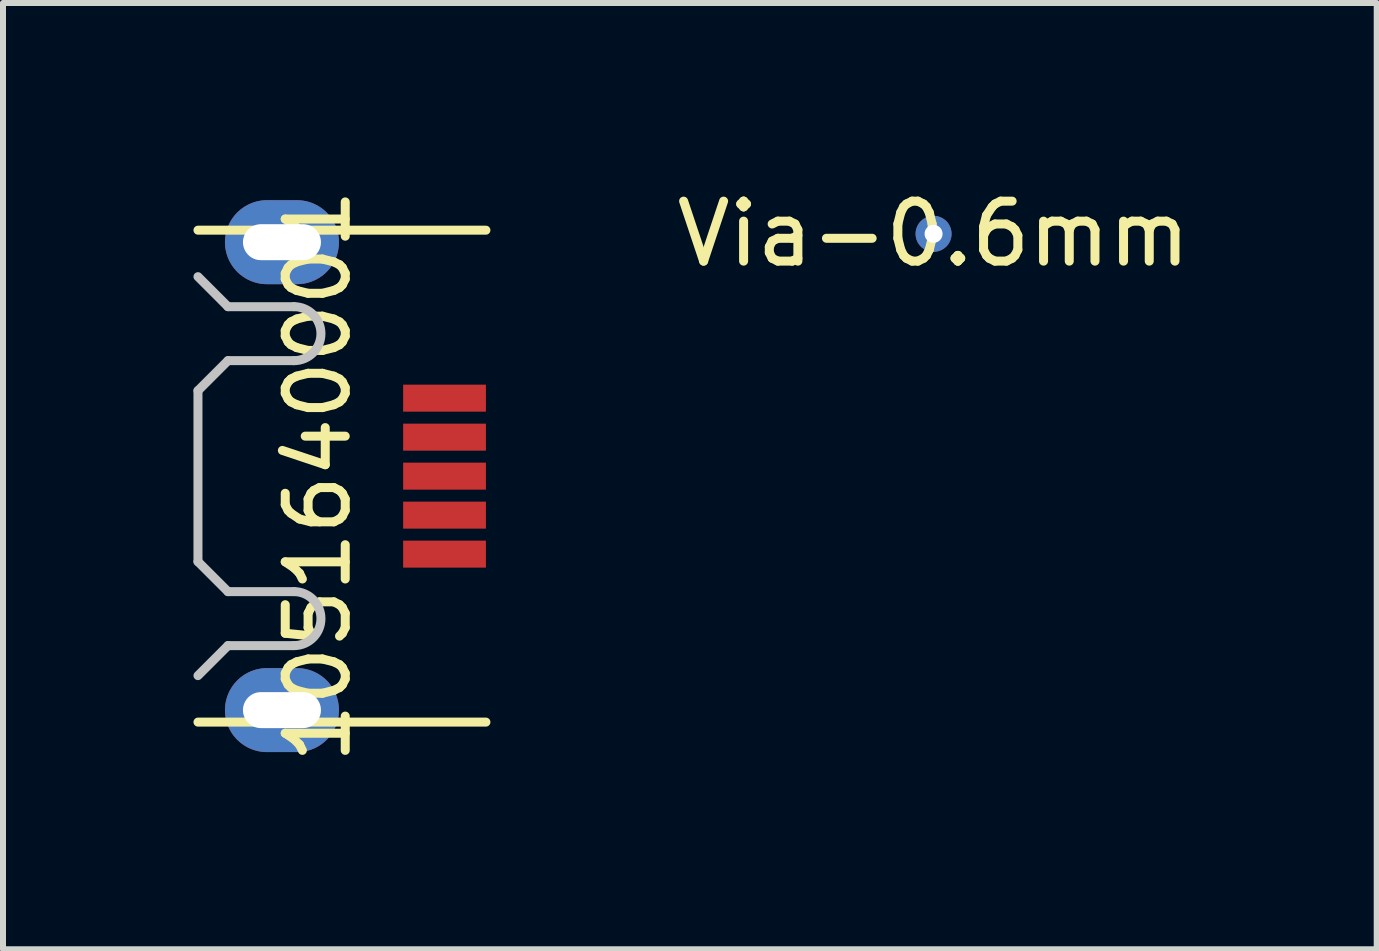
<source format=kicad_pcb>
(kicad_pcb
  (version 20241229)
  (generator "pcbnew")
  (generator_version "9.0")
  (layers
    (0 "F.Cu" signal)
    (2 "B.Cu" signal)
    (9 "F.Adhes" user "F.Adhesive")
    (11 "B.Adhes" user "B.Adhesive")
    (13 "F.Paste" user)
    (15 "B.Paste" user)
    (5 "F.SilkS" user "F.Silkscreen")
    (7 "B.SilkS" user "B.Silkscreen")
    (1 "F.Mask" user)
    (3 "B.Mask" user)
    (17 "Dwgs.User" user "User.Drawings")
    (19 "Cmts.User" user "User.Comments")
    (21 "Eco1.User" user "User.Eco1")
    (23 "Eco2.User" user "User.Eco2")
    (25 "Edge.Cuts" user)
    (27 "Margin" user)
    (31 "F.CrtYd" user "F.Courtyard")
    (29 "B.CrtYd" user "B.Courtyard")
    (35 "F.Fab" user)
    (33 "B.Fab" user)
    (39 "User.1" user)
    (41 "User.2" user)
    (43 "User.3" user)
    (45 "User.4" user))
  (footprint "Via-0.6mm"
    (layer "F.Cu")
    (at 12.512 0.848)
    (property "Reference" "Via-0.6mm" (at 0 0 0) (layer "F.SilkS") (effects (font (size 1 1) (thickness 0.15))))
    (attr through_hole)
    (pad "1" thru_hole circle (at 0 0) (size 0.6 0.6) (drill 0.3) (layers "*.Cu")))
  (footprint "1051640001"
    (layer "F.Cu")
    (at 0.25 4.887)
    (property "Reference" "1051640001" (at 2 0 90) (layer "F.SilkS") (effects (font (size 1 1) (thickness 0.15))))
    (attr through_hole)
    (fp_line (start 0 -4.1) (end 4.8 -4.1) (stroke (width 0.15) (type solid)) (layer "F.SilkS"))
    (fp_line (start 0 4.1) (end 4.8 4.1) (stroke (width 0.15) (type solid)) (layer "F.SilkS"))
    (fp_line (start 0 -3.325) (end 0.5 -2.825) (stroke (width 0.15) (type solid)) (layer "Dwgs.User"))
    (fp_line (start 0 -1.425) (end 0 1.425) (stroke (width 0.15) (type solid)) (layer "Dwgs.User"))
    (fp_line (start 0 1.425) (end 0.5 1.925) (stroke (width 0.15) (type solid)) (layer "Dwgs.User"))
    (fp_line (start 0.5 -2.825) (end 1.6 -2.825) (stroke (width 0.15) (type solid)) (layer "Dwgs.User"))
    (fp_line (start 0.5 -1.925) (end 0 -1.425) (stroke (width 0.15) (type solid)) (layer "Dwgs.User"))
    (fp_line (start 0.5 -1.925) (end 1.6 -1.925) (stroke (width 0.15) (type solid)) (layer "Dwgs.User"))
    (fp_line (start 0.5 1.925) (end 1.6 1.925) (stroke (width 0.15) (type solid)) (layer "Dwgs.User"))
    (fp_line (start 0.5 2.825) (end 0 3.325) (stroke (width 0.15) (type solid)) (layer "Dwgs.User"))
    (fp_line (start 0.5 2.825) (end 1.6 2.825) (stroke (width 0.15) (type solid)) (layer "Dwgs.User"))
    (fp_arc (start 1.6 -2.825) (mid 2.05 -2.375) (end 1.6 -1.925) (stroke (width 0.15) (type solid)) (layer "Dwgs.User"))
    (fp_arc (start 1.6 1.925) (mid 2.05 2.375) (end 1.6 2.825) (stroke (width 0.15) (type solid)) (layer "Dwgs.User"))
    (pad "1" smd rect (at 4.8 1.3) (size 1.38 0.45) (drill (offset -0.69 0)) (layers "F.Cu" "F.Mask" "F.Paste"))
    (pad "2" smd rect (at 4.8 0.65) (size 1.38 0.45) (drill (offset -0.69 0)) (layers "F.Cu" "F.Mask" "F.Paste"))
    (pad "3" smd rect (at 4.8 0) (size 1.38 0.45) (drill (offset -0.69 0)) (layers "F.Cu" "F.Mask" "F.Paste"))
    (pad "4" smd rect (at 4.8 -0.65) (size 1.38 0.45) (drill (offset -0.69 0)) (layers "F.Cu" "F.Mask" "F.Paste"))
    (pad "5" smd rect (at 4.8 -1.3) (size 1.38 0.45) (drill (offset -0.69 0)) (layers "F.Cu" "F.Mask" "F.Paste"))
    (pad "6" thru_hole oval (at 1.4 -3.9) (size 1.9 1.4) (drill oval 1.3 0.6) (layers "*.Cu" "*.Mask"))
    (pad "6" thru_hole oval (at 1.4 3.9) (size 1.9 1.4) (drill oval 1.3 0.6) (layers "*.Cu" "*.Mask")))
  (gr_rect
    (start -3 -3)
    (end 19.899 12.774)
    (stroke (width 0.1) (type default))
    (fill no)
    (layer "Edge.Cuts")))
</source>
